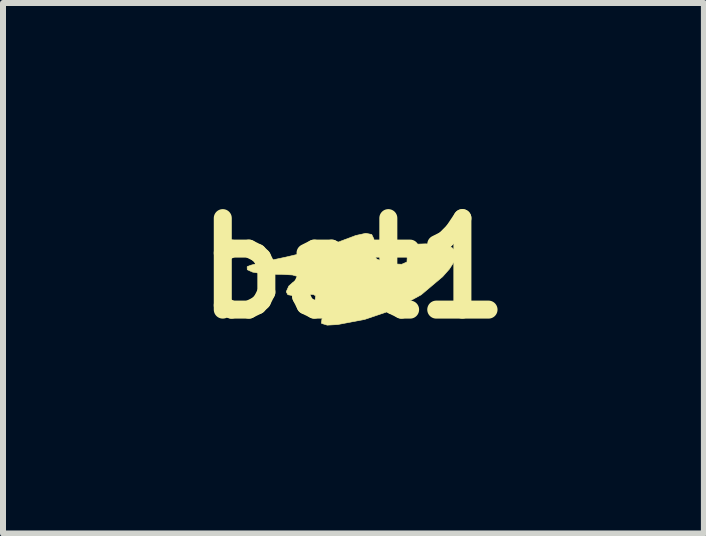
<source format=kicad_pcb>
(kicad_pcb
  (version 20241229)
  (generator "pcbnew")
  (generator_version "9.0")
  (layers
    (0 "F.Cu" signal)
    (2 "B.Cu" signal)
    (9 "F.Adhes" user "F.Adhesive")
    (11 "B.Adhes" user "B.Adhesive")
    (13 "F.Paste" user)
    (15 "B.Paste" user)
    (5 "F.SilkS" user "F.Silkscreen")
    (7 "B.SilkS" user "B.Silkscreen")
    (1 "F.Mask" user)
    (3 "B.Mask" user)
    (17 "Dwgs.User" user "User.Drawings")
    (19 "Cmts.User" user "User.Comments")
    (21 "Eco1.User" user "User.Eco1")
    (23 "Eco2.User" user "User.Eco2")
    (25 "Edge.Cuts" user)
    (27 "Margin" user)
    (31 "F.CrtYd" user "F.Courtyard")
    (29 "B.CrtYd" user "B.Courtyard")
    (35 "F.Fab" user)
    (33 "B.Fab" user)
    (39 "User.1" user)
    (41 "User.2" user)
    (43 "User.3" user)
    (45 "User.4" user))
  (footprint "bat1"
    (layer "F.Cu")
    (at 2.838 1.418)
    (property "Reference" "bat1" (at 0 0 0) (layer "F.SilkS") (effects (font (size 1.524 1.524) (thickness 0.3))))
    (attr through_hole)
    (fp_poly (pts (xy 0.304 -0.562) (xy 0.342 -0.483) (xy 0.334 -0.383) (xy 0.328 -0.245) (xy 0.384 -0.155) (xy 0.517 -0.098) (xy 0.644 -0.073) (xy 0.804 -0.066) (xy 0.891 -0.104) (xy 0.895 -0.18) (xy 0.864 -0.229) (xy 0.825 -0.312) (xy 0.874 -0.369) (xy 1.015 -0.399) (xy 1.2 -0.406) (xy 1.467 -0.392) (xy 1.638 -0.346) (xy 1.716 -0.266) (xy 1.701 -0.146) (xy 1.596 0.016) (xy 1.486 0.14) (xy 1.127 0.443) (xy 0.693 0.681) (xy 0.189 0.852) (xy -0.262 0.938) (xy -0.437 0.948) (xy -0.529 0.92) (xy -0.534 0.913) (xy -0.525 0.845) (xy -0.462 0.78) (xy -0.387 0.698) (xy -0.407 0.638) (xy -0.517 0.61) (xy -0.54 0.61) (xy -0.631 0.594) (xy -0.643 0.536) (xy -0.637 0.515) (xy -0.63 0.461) (xy -0.667 0.437) (xy -0.772 0.438) (xy -0.863 0.446) (xy -1.016 0.455) (xy -1.093 0.441) (xy -1.117 0.398) (xy -1.118 0.388) (xy -1.078 0.298) (xy -1.016 0.242) (xy -0.934 0.179) (xy -0.932 0.137) (xy -1.017 0.112) (xy -1.194 0.102) (xy -1.283 0.101) (xy -1.513 0.091) (xy -1.679 0.065) (xy -1.769 0.025) (xy -1.771 -0.024) (xy -1.767 -0.028) (xy -1.706 -0.051) (xy -1.567 -0.088) (xy -1.371 -0.133) (xy -1.159 -0.178) (xy -0.88 -0.243) (xy -0.591 -0.322) (xy -0.335 -0.404) (xy -0.207 -0.453) (xy 0.038 -0.545) (xy 0.206 -0.582) (xy 0.304 -0.562)) (stroke (width 0.01) (type solid)) (fill yes) (layer "F.SilkS")))
  (gr_rect
    (start -3 -3)
    (end 8.675 5.836)
    (stroke (width 0.1) (type default))
    (fill no)
    (layer "Edge.Cuts")))
</source>
